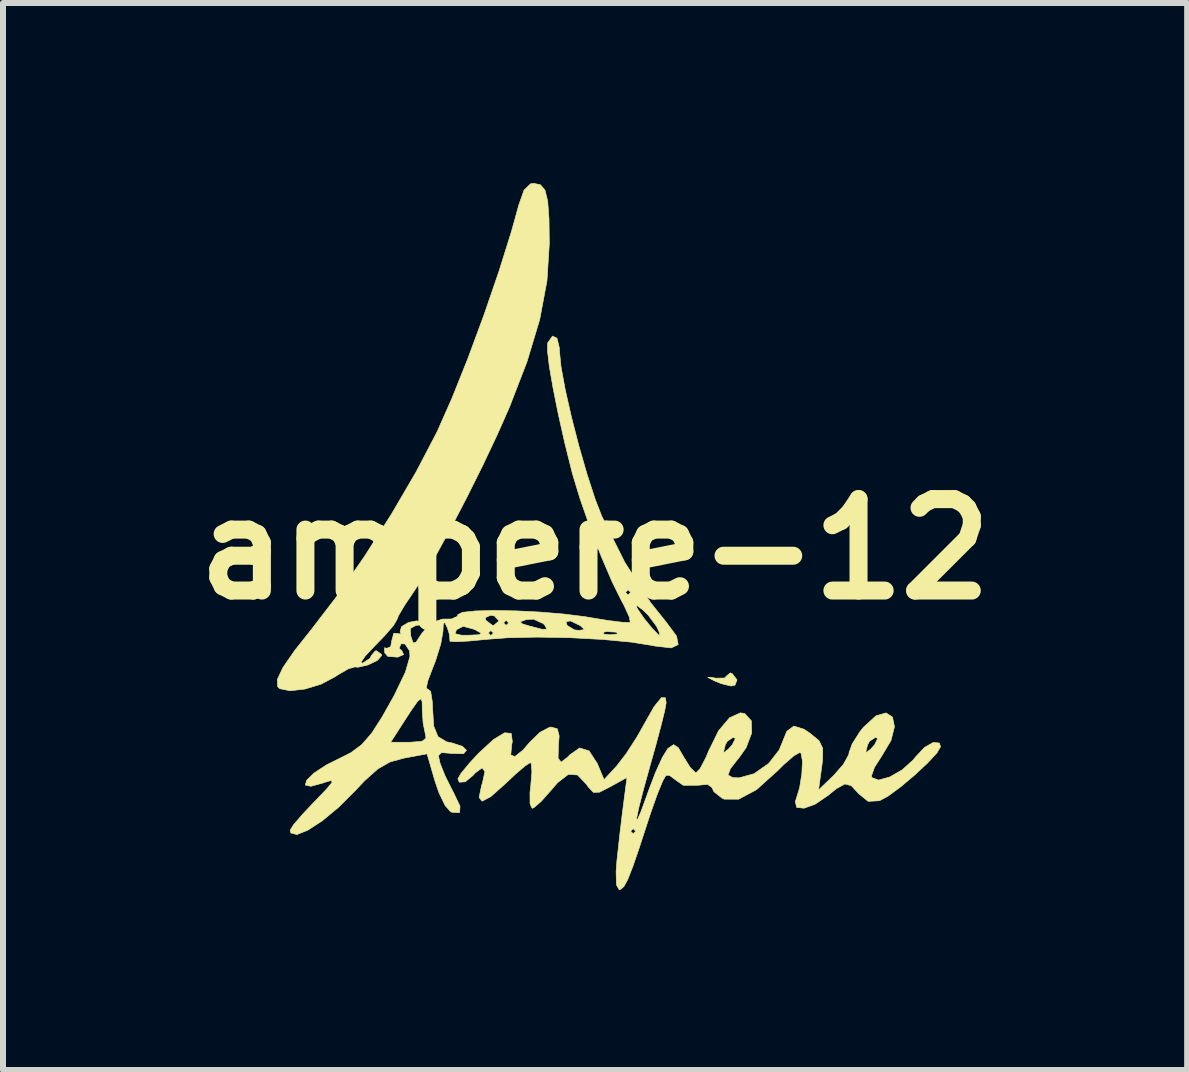
<source format=kicad_pcb>
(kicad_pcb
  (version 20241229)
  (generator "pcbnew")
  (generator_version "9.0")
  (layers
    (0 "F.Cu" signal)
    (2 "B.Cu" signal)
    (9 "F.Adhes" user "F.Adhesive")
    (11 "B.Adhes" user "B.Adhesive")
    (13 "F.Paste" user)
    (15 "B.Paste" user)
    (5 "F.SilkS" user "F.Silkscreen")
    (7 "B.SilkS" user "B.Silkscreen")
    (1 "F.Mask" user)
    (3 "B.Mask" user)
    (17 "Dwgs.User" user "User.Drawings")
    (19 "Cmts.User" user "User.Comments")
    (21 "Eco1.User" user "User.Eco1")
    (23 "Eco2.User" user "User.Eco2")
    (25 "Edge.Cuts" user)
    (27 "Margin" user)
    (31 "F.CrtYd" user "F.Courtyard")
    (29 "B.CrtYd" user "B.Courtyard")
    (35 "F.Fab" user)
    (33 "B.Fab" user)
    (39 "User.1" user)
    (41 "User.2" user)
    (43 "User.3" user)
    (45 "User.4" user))
  (footprint "ampere-12"
    (layer "F.Cu")
    (at 6.865 6.101)
    (property "Reference" "ampere-12" (at 0 0 0) (layer "F.SilkS") (effects (font (size 1.524 1.524) (thickness 0.3))))
    (attr through_hole)
    (fp_poly (pts (xy 2.286 2.074) (xy 2.366 2.178) (xy 2.331 2.266) (xy 2.265 2.28) (xy 2.105 2.241) (xy 1.99 2.194) (xy 1.878 2.136) (xy 1.923 2.133) (xy 2.011 2.149) (xy 2.158 2.147) (xy 2.201 2.104) (xy 2.254 2.061) (xy 2.286 2.074)) (stroke (width 0.01) (type solid)) (fill yes) (layer "F.SilkS"))
    (fp_poly (pts (xy -0.91 -6.072) (xy -0.834 -5.983) (xy -0.789 -5.801) (xy -0.767 -5.502) (xy -0.762 -5.09) (xy -0.801 -4.471) (xy -0.922 -3.826) (xy -1.135 -3.12) (xy -1.427 -2.365) (xy -1.628 -1.91) (xy -1.87 -1.398) (xy -2.135 -0.866) (xy -2.403 -0.351) (xy -2.656 0.112) (xy -2.875 0.486) (xy -3.014 0.699) (xy -3.169 0.928) (xy -3.274 1.105) (xy -3.302 1.176) (xy -3.358 1.271) (xy -3.504 1.44) (xy -3.662 1.603) (xy -3.826 1.776) (xy -3.9 1.883) (xy -3.873 1.9) (xy -3.749 1.818) (xy -3.725 1.769) (xy -3.661 1.695) (xy -3.641 1.693) (xy -3.558 1.754) (xy -3.556 1.772) (xy -3.626 1.853) (xy -3.784 1.929) (xy -3.95 1.967) (xy -4.006 1.962) (xy -4.114 1.995) (xy -4.292 2.099) (xy -4.327 2.123) (xy -4.565 2.249) (xy -4.835 2.331) (xy -5.082 2.359) (xy -5.254 2.324) (xy -5.288 2.292) (xy -5.294 2.171) (xy -5.2 1.971) (xy -4.998 1.679) (xy -4.74 1.355) (xy -4.307 0.791) (xy -3.845 0.125) (xy -3.391 -0.587) (xy -2.979 -1.292) (xy -2.644 -1.933) (xy -2.627 -1.967) (xy -2.382 -2.52) (xy -2.117 -3.183) (xy -1.851 -3.902) (xy -1.603 -4.624) (xy -1.393 -5.293) (xy -1.27 -5.736) (xy -1.183 -5.983) (xy -1.075 -6.088) (xy -1.022 -6.096) (xy -0.91 -6.072)) (stroke (width 0.01) (type solid)) (fill yes) (layer "F.SilkS"))
    (fp_poly (pts (xy 1.173 2.476) (xy 1.185 2.561) (xy 1.163 2.682) (xy 1.103 2.927) (xy 1.015 3.258) (xy 0.931 3.556) (xy 0.807 4.004) (xy 0.727 4.315) (xy 0.692 4.486) (xy 0.704 4.511) (xy 0.761 4.384) (xy 0.865 4.1) (xy 0.89 4.029) (xy 1.007 3.722) (xy 1.122 3.469) (xy 1.212 3.323) (xy 1.216 3.32) (xy 1.309 3.256) (xy 1.387 3.307) (xy 1.476 3.461) (xy 1.586 3.637) (xy 1.675 3.724) (xy 1.684 3.725) (xy 1.753 3.653) (xy 1.848 3.471) (xy 1.89 3.37) (xy 2.143 3.37) (xy 2.151 3.387) (xy 2.222 3.331) (xy 2.286 3.26) (xy 2.338 3.157) (xy 2.305 3.133) (xy 2.204 3.2) (xy 2.171 3.26) (xy 2.143 3.37) (xy 1.89 3.37) (xy 1.897 3.355) (xy 2.058 3.026) (xy 2.24 2.81) (xy 2.422 2.727) (xy 2.495 2.739) (xy 2.604 2.859) (xy 2.61 3.063) (xy 2.518 3.306) (xy 2.413 3.456) (xy 2.256 3.656) (xy 2.216 3.763) (xy 2.292 3.805) (xy 2.402 3.81) (xy 2.651 3.741) (xy 2.896 3.568) (xy 3.069 3.345) (xy 3.096 3.279) (xy 3.195 3.035) (xy 3.313 2.947) (xy 3.482 3) (xy 3.575 3.062) (xy 3.731 3.189) (xy 3.794 3.317) (xy 3.791 3.516) (xy 3.777 3.628) (xy 3.724 4.012) (xy 3.979 3.768) (xy 4.139 3.584) (xy 4.228 3.423) (xy 4.233 3.389) (xy 4.24 3.37) (xy 4.514 3.37) (xy 4.522 3.387) (xy 4.593 3.331) (xy 4.657 3.26) (xy 4.708 3.157) (xy 4.676 3.133) (xy 4.574 3.2) (xy 4.541 3.26) (xy 4.514 3.37) (xy 4.24 3.37) (xy 4.285 3.244) (xy 4.414 3.041) (xy 4.473 2.967) (xy 4.682 2.776) (xy 4.849 2.728) (xy 4.956 2.797) (xy 4.989 2.958) (xy 4.931 3.188) (xy 4.779 3.443) (xy 4.656 3.635) (xy 4.606 3.777) (xy 4.612 3.805) (xy 4.724 3.847) (xy 4.91 3.796) (xy 5.119 3.676) (xy 5.302 3.511) (xy 5.34 3.463) (xy 5.489 3.304) (xy 5.636 3.22) (xy 5.737 3.23) (xy 5.757 3.29) (xy 5.696 3.396) (xy 5.537 3.567) (xy 5.322 3.767) (xy 5.09 3.962) (xy 4.881 4.116) (xy 4.74 4.191) (xy 4.551 4.202) (xy 4.394 4.075) (xy 4.27 3.94) (xy 4.163 3.912) (xy 4.021 3.991) (xy 3.879 4.106) (xy 3.668 4.249) (xy 3.482 4.316) (xy 3.36 4.303) (xy 3.336 4.206) (xy 3.349 4.17) (xy 3.409 3.974) (xy 3.446 3.743) (xy 3.456 3.533) (xy 3.434 3.403) (xy 3.412 3.387) (xy 3.313 3.443) (xy 3.147 3.587) (xy 3.043 3.69) (xy 2.69 4.008) (xy 2.393 4.166) (xy 2.152 4.165) (xy 2.116 4.148) (xy 1.982 4.042) (xy 1.947 3.97) (xy 1.876 3.919) (xy 1.707 3.934) (xy 1.469 3.934) (xy 1.359 3.857) (xy 1.241 3.769) (xy 1.182 3.769) (xy 1.127 3.864) (xy 1.038 4.081) (xy 0.932 4.38) (xy 0.889 4.509) (xy 0.738 4.972) (xy 0.627 5.295) (xy 0.545 5.503) (xy 0.482 5.619) (xy 0.429 5.667) (xy 0.401 5.673) (xy 0.357 5.593) (xy 0.351 5.368) (xy 0.365 5.186) (xy 0.406 4.811) (xy 0.419 4.699) (xy 0.593 4.699) (xy 0.635 4.741) (xy 0.677 4.699) (xy 0.635 4.657) (xy 0.593 4.699) (xy 0.419 4.699) (xy 0.453 4.415) (xy 0.474 4.251) (xy 0.532 3.804) (xy 0.259 3.955) (xy 0.075 4.049) (xy -0.028 4.052) (xy -0.115 3.959) (xy -0.145 3.916) (xy -0.292 3.762) (xy -0.444 3.752) (xy -0.624 3.89) (xy -0.737 4.022) (xy -0.896 4.201) (xy -1.018 4.306) (xy -1.049 4.318) (xy -1.083 4.243) (xy -1.084 4.054) (xy -1.071 3.937) (xy -1.052 3.711) (xy -1.062 3.574) (xy -1.078 3.556) (xy -1.165 3.611) (xy -1.331 3.753) (xy -1.498 3.911) (xy -1.738 4.124) (xy -1.882 4.199) (xy -1.932 4.136) (xy -1.889 3.933) (xy -1.877 3.899) (xy -1.835 3.705) (xy -1.881 3.644) (xy -1.999 3.73) (xy -2.032 3.768) (xy -2.162 3.876) (xy -2.262 3.883) (xy -2.286 3.827) (xy -2.232 3.734) (xy -2.091 3.563) (xy -1.944 3.404) (xy -1.693 3.172) (xy -1.506 3.059) (xy -1.397 3.069) (xy -1.378 3.205) (xy -1.389 3.26) (xy -1.404 3.428) (xy -1.337 3.456) (xy -1.199 3.346) (xy -1.089 3.218) (xy -0.919 3.052) (xy -0.756 2.967) (xy -0.732 2.964) (xy -0.628 2.993) (xy -0.598 3.111) (xy -0.609 3.26) (xy -0.616 3.482) (xy -0.564 3.548) (xy -0.45 3.46) (xy -0.423 3.429) (xy -0.257 3.312) (xy -0.1 3.36) (xy 0.037 3.571) (xy 0.037 3.571) (xy 0.15 3.84) (xy 0.362 3.611) (xy 0.52 3.406) (xy 0.702 3.123) (xy 0.817 2.919) (xy 0.985 2.623) (xy 1.106 2.474) (xy 1.173 2.476)) (stroke (width 0.01) (type solid)) (fill yes) (layer "F.SilkS"))
    (fp_poly (pts (xy -0.634 -3.516) (xy -0.594 -3.351) (xy -0.593 -3.304) (xy -0.567 -3.04) (xy -0.497 -2.659) (xy -0.394 -2.205) (xy -0.269 -1.72) (xy -0.133 -1.248) (xy 0.002 -0.833) (xy 0.112 -0.55) (xy 0.496 0.219) (xy 0.924 0.888) (xy 1.187 1.217) (xy 1.358 1.448) (xy 1.386 1.59) (xy 1.269 1.645) (xy 1.006 1.615) (xy 0.974 1.608) (xy 0.608 1.549) (xy 0.128 1.504) (xy -0.413 1.475) (xy -0.96 1.465) (xy -1.46 1.476) (xy -1.794 1.501) (xy -2.096 1.53) (xy -2.316 1.542) (xy -2.416 1.534) (xy -2.418 1.528) (xy -2.425 1.422) (xy -2.43 1.407) (xy -2.335 1.407) (xy -2.228 1.433) (xy -2.112 1.434) (xy -1.927 1.425) (xy -1.895 1.4) (xy -1.901 1.397) (xy -1.778 1.397) (xy -1.736 1.439) (xy -1.71 1.414) (xy 0.138 1.414) (xy 0.254 1.426) (xy 0.374 1.413) (xy 0.36 1.383) (xy 0.186 1.372) (xy 0.148 1.383) (xy 0.138 1.414) (xy -1.71 1.414) (xy -1.693 1.397) (xy -1.736 1.355) (xy -1.778 1.397) (xy -1.901 1.397) (xy -1.999 1.342) (xy -2.014 1.335) (xy -2.197 1.285) (xy -2.306 1.34) (xy -2.335 1.407) (xy -2.43 1.407) (xy -2.46 1.312) (xy -2.509 1.211) (xy -2.529 1.26) (xy -2.534 1.369) (xy -2.571 1.582) (xy -2.658 1.86) (xy -2.708 1.987) (xy -2.788 2.197) (xy -2.812 2.317) (xy -2.793 2.328) (xy -2.739 2.368) (xy -2.711 2.547) (xy -2.708 2.641) (xy -2.688 2.947) (xy -2.617 3.124) (xy -2.473 3.21) (xy -2.377 3.23) (xy -2.208 3.286) (xy -2.142 3.351) (xy -2.19 3.408) (xy -2.378 3.404) (xy -2.557 3.389) (xy -2.61 3.439) (xy -2.583 3.566) (xy -2.499 3.776) (xy -2.375 4.024) (xy -2.359 4.054) (xy -2.25 4.281) (xy -2.256 4.39) (xy -2.378 4.385) (xy -2.406 4.375) (xy -2.498 4.272) (xy -2.601 4.057) (xy -2.666 3.868) (xy -2.799 3.41) (xy -3.182 3.481) (xy -3.416 3.545) (xy -3.619 3.661) (xy -3.843 3.861) (xy -3.996 4.024) (xy -4.274 4.301) (xy -4.546 4.526) (xy -4.785 4.682) (xy -4.968 4.755) (xy -5.068 4.729) (xy -5.08 4.681) (xy -5.025 4.594) (xy -4.881 4.425) (xy -4.678 4.21) (xy -4.678 4.21) (xy -4.474 3.998) (xy -4.382 3.886) (xy -4.391 3.853) (xy -4.494 3.882) (xy -4.52 3.892) (xy -4.735 3.951) (xy -4.827 3.93) (xy -4.805 3.85) (xy -4.684 3.731) (xy -4.475 3.594) (xy -4.297 3.506) (xy -4.068 3.391) (xy -3.887 3.256) (xy -3.853 3.217) (xy -3.406 3.217) (xy -3.091 3.217) (xy -2.886 3.203) (xy -2.816 3.15) (xy -2.827 3.083) (xy -2.864 2.904) (xy -2.879 2.684) (xy -2.881 2.546) (xy -2.9 2.491) (xy -2.955 2.533) (xy -3.063 2.686) (xy -3.244 2.966) (xy -3.256 2.985) (xy -3.406 3.217) (xy -3.853 3.217) (xy -3.723 3.068) (xy -3.545 2.791) (xy -3.345 2.434) (xy -3.16 2.05) (xy -3.084 1.786) (xy -3.091 1.692) (xy -3.167 1.579) (xy -3.232 1.576) (xy -3.265 1.652) (xy -3.219 1.692) (xy -3.19 1.756) (xy -3.289 1.799) (xy -3.454 1.786) (xy -3.507 1.722) (xy -3.508 1.642) (xy -3.47 1.652) (xy -3.405 1.625) (xy -3.387 1.524) (xy -3.353 1.4) (xy -3.289 1.405) (xy -3.231 1.415) (xy -3.248 1.374) (xy -3.225 1.29) (xy -3.107 1.22) (xy -2.969 1.194) (xy -2.901 1.22) (xy -2.922 1.263) (xy -2.984 1.27) (xy -3.078 1.321) (xy -3.07 1.449) (xy -3.031 1.563) (xy -2.981 1.548) (xy -2.889 1.407) (xy -2.742 1.231) (xy -2.545 1.165) (xy -2.392 1.163) (xy -2.345 1.142) (xy -1.828 1.142) (xy -1.82 1.185) (xy -1.712 1.267) (xy -1.688 1.27) (xy -1.638 1.228) (xy -1.524 1.228) (xy -1.482 1.27) (xy -1.439 1.228) (xy -1.457 1.21) (xy -1.249 1.21) (xy -1.21 1.245) (xy -1.101 1.278) (xy -0.883 1.334) (xy -0.803 1.333) (xy -0.834 1.271) (xy -0.862 1.24) (xy -0.934 1.208) (xy -0.483 1.208) (xy -0.466 1.27) (xy -0.345 1.344) (xy -0.27 1.353) (xy -0.175 1.34) (xy -0.237 1.281) (xy -0.254 1.27) (xy -0.409 1.195) (xy -0.483 1.208) (xy -0.934 1.208) (xy -1.024 1.166) (xy -1.141 1.172) (xy -1.249 1.21) (xy -1.457 1.21) (xy -1.482 1.185) (xy -1.524 1.228) (xy -1.638 1.228) (xy -1.611 1.205) (xy -1.609 1.185) (xy -1.678 1.111) (xy -1.741 1.101) (xy -1.828 1.142) (xy -2.345 1.142) (xy -2.294 1.119) (xy -2.286 1.091) (xy -2.208 1.052) (xy -1.996 1.029) (xy -1.686 1.021) (xy -1.313 1.028) (xy -0.911 1.048) (xy -0.517 1.081) (xy -0.165 1.125) (xy -0.085 1.139) (xy 0.223 1.189) (xy 0.459 1.218) (xy 0.58 1.221) (xy 0.587 1.218) (xy 0.571 1.131) (xy 0.49 0.951) (xy 0.481 0.933) (xy 0.69 0.933) (xy 0.695 0.97) (xy 0.719 1.012) (xy 0.825 1.164) (xy 0.954 1.321) (xy 1.055 1.425) (xy 1.08 1.439) (xy 1.068 1.377) (xy 1.024 1.284) (xy 0.887 1.1) (xy 0.793 1.009) (xy 0.69 0.933) (xy 0.481 0.933) (xy 0.444 0.865) (xy 0.372 0.72) (xy 0.508 0.72) (xy 0.55 0.762) (xy 0.593 0.72) (xy 0.55 0.677) (xy 0.508 0.72) (xy 0.372 0.72) (xy 0.284 0.542) (xy 0.1 0.112) (xy -0.086 -0.371) (xy -0.253 -0.85) (xy -0.38 -1.27) (xy -0.387 -1.299) (xy -0.506 -1.777) (xy -0.612 -2.249) (xy -0.699 -2.683) (xy -0.762 -3.047) (xy -0.793 -3.31) (xy -0.79 -3.437) (xy -0.709 -3.551) (xy -0.634 -3.516)) (stroke (width 0.01) (type solid)) (fill yes) (layer "F.SilkS")))
  (gr_rect
    (start -3 -3)
    (end 16.731 14.779)
    (stroke (width 0.1) (type default))
    (fill no)
    (layer "Edge.Cuts")))
</source>
